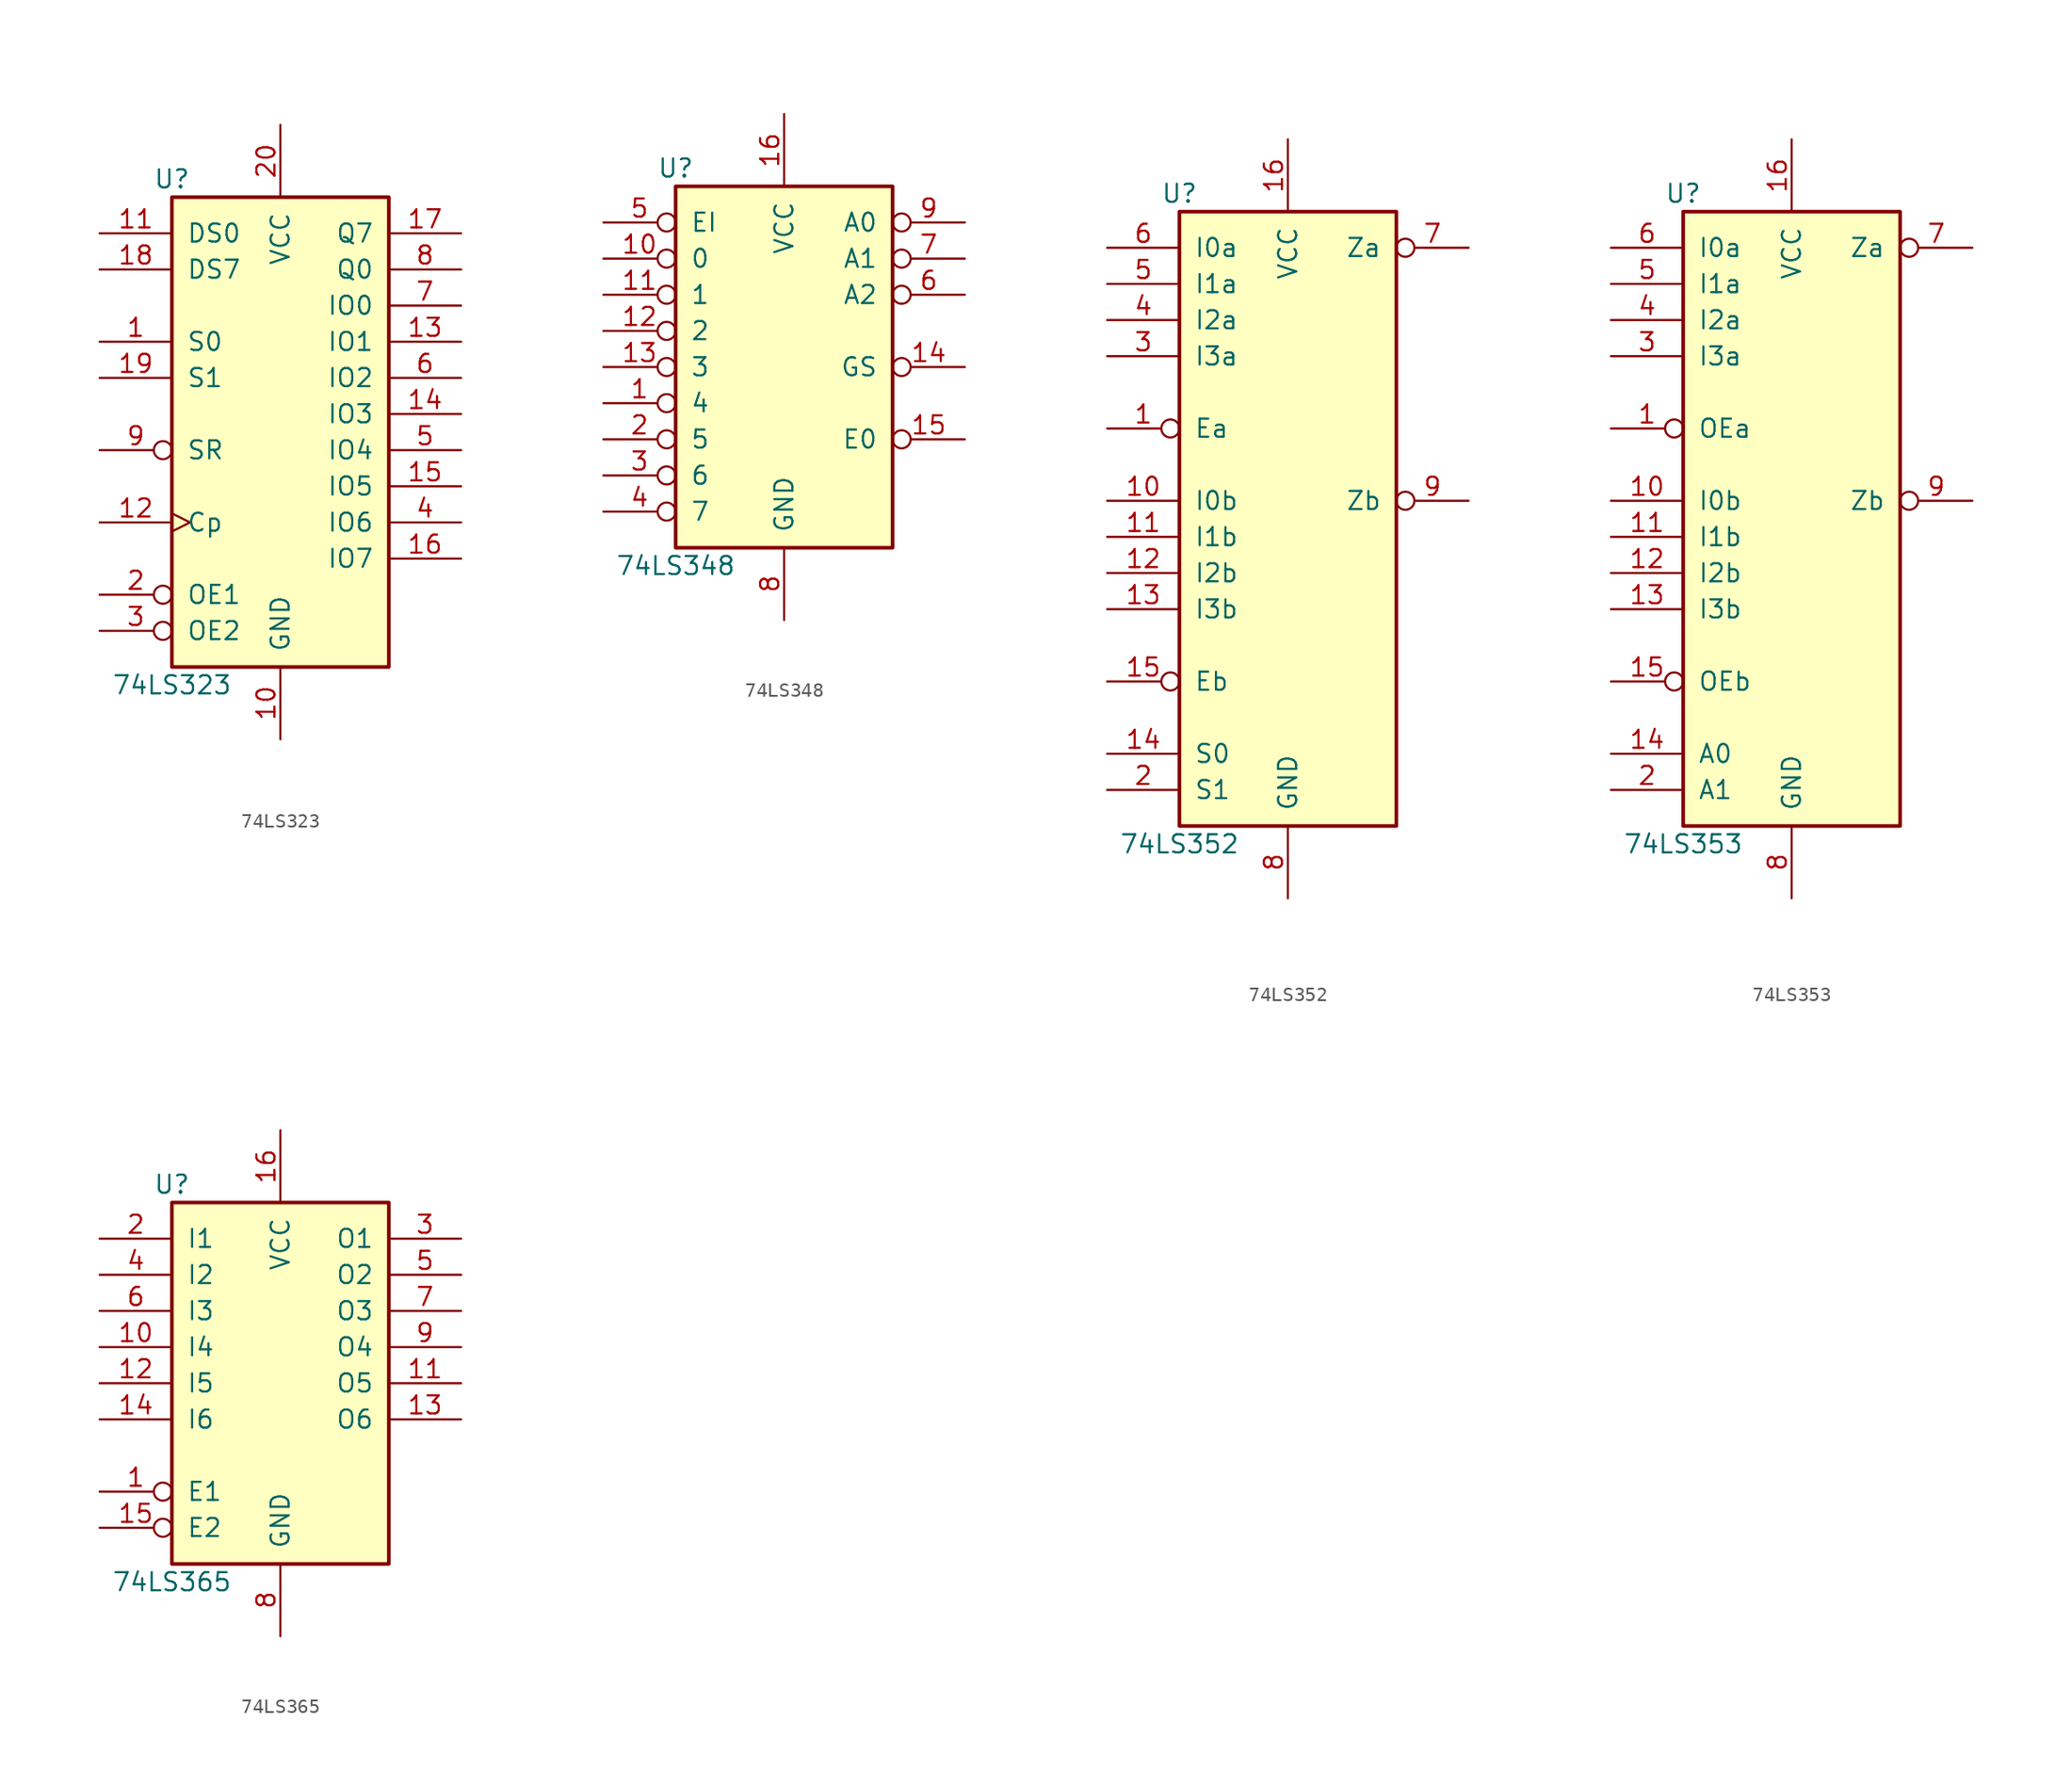
<source format=kicad_sym>
(kicad_symbol_lib
  (version 20201005)
  (generator kicad_symbol_editor)
  (symbol "74LS323"
    (pin_names
      (offset 1.016))
    (property "Reference" "U"
      (at -7.62 16.51 0)
      (effects (font (size 1.27 1.27))))
    (property "Value" "74LS323"
      (at -7.62 -19.05 0)
      (effects (font (size 1.27 1.27))))
    (property "ki_locked" ""
      (at 0 0 0)
      (effects (font (size 1.27 1.27))))
    (symbol "74LS323_1_0"
      (pin input line (at -12.7 5.08 0) (length 5.08) (name "S0" (effects (font (size 1.27 1.27)))) (number "1" (effects (font (size 1.27 1.27)))))
      (pin power_in line (at 0 -22.86 90) (length 5.08) (name "GND" (effects (font (size 1.27 1.27)))) (number "10" (effects (font (size 1.27 1.27)))))
      (pin input line (at -12.7 12.7 0) (length 5.08) (name "DS0" (effects (font (size 1.27 1.27)))) (number "11" (effects (font (size 1.27 1.27)))))
      (pin input clock (at -12.7 -7.62 0) (length 5.08) (name "Cp" (effects (font (size 1.27 1.27)))) (number "12" (effects (font (size 1.27 1.27)))))
      (pin tri_state line (at 12.7 5.08 180) (length 5.08) (name "IO1" (effects (font (size 1.27 1.27)))) (number "13" (effects (font (size 1.27 1.27)))))
      (pin tri_state line (at 12.7 0 180) (length 5.08) (name "IO3" (effects (font (size 1.27 1.27)))) (number "14" (effects (font (size 1.27 1.27)))))
      (pin tri_state line (at 12.7 -5.08 180) (length 5.08) (name "IO5" (effects (font (size 1.27 1.27)))) (number "15" (effects (font (size 1.27 1.27)))))
      (pin tri_state line (at 12.7 -10.16 180) (length 5.08) (name "IO7" (effects (font (size 1.27 1.27)))) (number "16" (effects (font (size 1.27 1.27)))))
      (pin output line (at 12.7 12.7 180) (length 5.08) (name "Q7" (effects (font (size 1.27 1.27)))) (number "17" (effects (font (size 1.27 1.27)))))
      (pin input line (at -12.7 10.16 0) (length 5.08) (name "DS7" (effects (font (size 1.27 1.27)))) (number "18" (effects (font (size 1.27 1.27)))))
      (pin input line (at -12.7 2.54 0) (length 5.08) (name "S1" (effects (font (size 1.27 1.27)))) (number "19" (effects (font (size 1.27 1.27)))))
      (pin input inverted (at -12.7 -12.7 0) (length 5.08) (name "OE1" (effects (font (size 1.27 1.27)))) (number "2" (effects (font (size 1.27 1.27)))))
      (pin power_in line (at 0 20.32 270) (length 5.08) (name "VCC" (effects (font (size 1.27 1.27)))) (number "20" (effects (font (size 1.27 1.27)))))
      (pin input inverted (at -12.7 -15.24 0) (length 5.08) (name "OE2" (effects (font (size 1.27 1.27)))) (number "3" (effects (font (size 1.27 1.27)))))
      (pin tri_state line (at 12.7 -7.62 180) (length 5.08) (name "IO6" (effects (font (size 1.27 1.27)))) (number "4" (effects (font (size 1.27 1.27)))))
      (pin tri_state line (at 12.7 -2.54 180) (length 5.08) (name "IO4" (effects (font (size 1.27 1.27)))) (number "5" (effects (font (size 1.27 1.27)))))
      (pin tri_state line (at 12.7 2.54 180) (length 5.08) (name "IO2" (effects (font (size 1.27 1.27)))) (number "6" (effects (font (size 1.27 1.27)))))
      (pin tri_state line (at 12.7 7.62 180) (length 5.08) (name "IO0" (effects (font (size 1.27 1.27)))) (number "7" (effects (font (size 1.27 1.27)))))
      (pin output line (at 12.7 10.16 180) (length 5.08) (name "Q0" (effects (font (size 1.27 1.27)))) (number "8" (effects (font (size 1.27 1.27)))))
      (pin input inverted (at -12.7 -2.54 0) (length 5.08) (name "SR" (effects (font (size 1.27 1.27)))) (number "9" (effects (font (size 1.27 1.27))))))
    (symbol "74LS323_1_1"
      (rectangle (start -7.62 15.24) (end 7.62 -17.78) (stroke (width 0.254)) (fill (type background)))))
  (symbol "74LS348"
    (pin_names
      (offset 1.016))
    (property "Reference" "U"
      (at -7.62 13.97 0)
      (effects (font (size 1.27 1.27))))
    (property "Value" "74LS348"
      (at -7.62 -13.97 0)
      (effects (font (size 1.27 1.27))))
    (property "ki_locked" ""
      (at 0 0 0)
      (effects (font (size 1.27 1.27))))
    (symbol "74LS348_1_0"
      (pin input inverted (at -12.7 -2.54 0) (length 5.08) (name "4" (effects (font (size 1.27 1.27)))) (number "1" (effects (font (size 1.27 1.27)))))
      (pin input inverted (at -12.7 7.62 0) (length 5.08) (name "0" (effects (font (size 1.27 1.27)))) (number "10" (effects (font (size 1.27 1.27)))))
      (pin input inverted (at -12.7 5.08 0) (length 5.08) (name "1" (effects (font (size 1.27 1.27)))) (number "11" (effects (font (size 1.27 1.27)))))
      (pin input inverted (at -12.7 2.54 0) (length 5.08) (name "2" (effects (font (size 1.27 1.27)))) (number "12" (effects (font (size 1.27 1.27)))))
      (pin input inverted (at -12.7 0 0) (length 5.08) (name "3" (effects (font (size 1.27 1.27)))) (number "13" (effects (font (size 1.27 1.27)))))
      (pin output inverted (at 12.7 0 180) (length 5.08) (name "GS" (effects (font (size 1.27 1.27)))) (number "14" (effects (font (size 1.27 1.27)))))
      (pin output inverted (at 12.7 -5.08 180) (length 5.08) (name "E0" (effects (font (size 1.27 1.27)))) (number "15" (effects (font (size 1.27 1.27)))))
      (pin power_in line (at 0 17.78 270) (length 5.08) (name "VCC" (effects (font (size 1.27 1.27)))) (number "16" (effects (font (size 1.27 1.27)))))
      (pin input inverted (at -12.7 -5.08 0) (length 5.08) (name "5" (effects (font (size 1.27 1.27)))) (number "2" (effects (font (size 1.27 1.27)))))
      (pin input inverted (at -12.7 -7.62 0) (length 5.08) (name "6" (effects (font (size 1.27 1.27)))) (number "3" (effects (font (size 1.27 1.27)))))
      (pin input inverted (at -12.7 -10.16 0) (length 5.08) (name "7" (effects (font (size 1.27 1.27)))) (number "4" (effects (font (size 1.27 1.27)))))
      (pin input inverted (at -12.7 10.16 0) (length 5.08) (name "EI" (effects (font (size 1.27 1.27)))) (number "5" (effects (font (size 1.27 1.27)))))
      (pin tri_state inverted (at 12.7 5.08 180) (length 5.08) (name "A2" (effects (font (size 1.27 1.27)))) (number "6" (effects (font (size 1.27 1.27)))))
      (pin tri_state inverted (at 12.7 7.62 180) (length 5.08) (name "A1" (effects (font (size 1.27 1.27)))) (number "7" (effects (font (size 1.27 1.27)))))
      (pin power_in line (at 0 -17.78 90) (length 5.08) (name "GND" (effects (font (size 1.27 1.27)))) (number "8" (effects (font (size 1.27 1.27)))))
      (pin tri_state inverted (at 12.7 10.16 180) (length 5.08) (name "A0" (effects (font (size 1.27 1.27)))) (number "9" (effects (font (size 1.27 1.27))))))
    (symbol "74LS348_1_1"
      (rectangle (start -7.62 12.7) (end 7.62 -12.7) (stroke (width 0.254)) (fill (type background)))))
  (symbol "74LS352"
    (pin_names
      (offset 1.016))
    (property "Reference" "U"
      (at -7.62 21.59 0)
      (effects (font (size 1.27 1.27))))
    (property "Value" "74LS352"
      (at -7.62 -24.13 0)
      (effects (font (size 1.27 1.27))))
    (property "ki_locked" ""
      (at 0 0 0)
      (effects (font (size 1.27 1.27))))
    (symbol "74LS352_1_0"
      (pin input inverted (at -12.7 5.08 0) (length 5.08) (name "Ea" (effects (font (size 1.27 1.27)))) (number "1" (effects (font (size 1.27 1.27)))))
      (pin input line (at -12.7 0 0) (length 5.08) (name "I0b" (effects (font (size 1.27 1.27)))) (number "10" (effects (font (size 1.27 1.27)))))
      (pin input line (at -12.7 -2.54 0) (length 5.08) (name "I1b" (effects (font (size 1.27 1.27)))) (number "11" (effects (font (size 1.27 1.27)))))
      (pin input line (at -12.7 -5.08 0) (length 5.08) (name "I2b" (effects (font (size 1.27 1.27)))) (number "12" (effects (font (size 1.27 1.27)))))
      (pin input line (at -12.7 -7.62 0) (length 5.08) (name "I3b" (effects (font (size 1.27 1.27)))) (number "13" (effects (font (size 1.27 1.27)))))
      (pin input line (at -12.7 -17.78 0) (length 5.08) (name "S0" (effects (font (size 1.27 1.27)))) (number "14" (effects (font (size 1.27 1.27)))))
      (pin input inverted (at -12.7 -12.7 0) (length 5.08) (name "Eb" (effects (font (size 1.27 1.27)))) (number "15" (effects (font (size 1.27 1.27)))))
      (pin power_in line (at 0 25.4 270) (length 5.08) (name "VCC" (effects (font (size 1.27 1.27)))) (number "16" (effects (font (size 1.27 1.27)))))
      (pin input line (at -12.7 -20.32 0) (length 5.08) (name "S1" (effects (font (size 1.27 1.27)))) (number "2" (effects (font (size 1.27 1.27)))))
      (pin input line (at -12.7 10.16 0) (length 5.08) (name "I3a" (effects (font (size 1.27 1.27)))) (number "3" (effects (font (size 1.27 1.27)))))
      (pin input line (at -12.7 12.7 0) (length 5.08) (name "I2a" (effects (font (size 1.27 1.27)))) (number "4" (effects (font (size 1.27 1.27)))))
      (pin input line (at -12.7 15.24 0) (length 5.08) (name "I1a" (effects (font (size 1.27 1.27)))) (number "5" (effects (font (size 1.27 1.27)))))
      (pin input line (at -12.7 17.78 0) (length 5.08) (name "I0a" (effects (font (size 1.27 1.27)))) (number "6" (effects (font (size 1.27 1.27)))))
      (pin output inverted (at 12.7 17.78 180) (length 5.08) (name "Za" (effects (font (size 1.27 1.27)))) (number "7" (effects (font (size 1.27 1.27)))))
      (pin power_in line (at 0 -27.94 90) (length 5.08) (name "GND" (effects (font (size 1.27 1.27)))) (number "8" (effects (font (size 1.27 1.27)))))
      (pin output inverted (at 12.7 0 180) (length 5.08) (name "Zb" (effects (font (size 1.27 1.27)))) (number "9" (effects (font (size 1.27 1.27))))))
    (symbol "74LS352_1_1"
      (rectangle (start -7.62 20.32) (end 7.62 -22.86) (stroke (width 0.254)) (fill (type background)))))
  (symbol "74LS353"
    (pin_names
      (offset 1.016))
    (property "Reference" "U"
      (at -7.62 21.59 0)
      (effects (font (size 1.27 1.27))))
    (property "Value" "74LS353"
      (at -7.62 -24.13 0)
      (effects (font (size 1.27 1.27))))
    (property "ki_locked" ""
      (at 0 0 0)
      (effects (font (size 1.27 1.27))))
    (symbol "74LS353_1_0"
      (pin input inverted (at -12.7 5.08 0) (length 5.08) (name "OEa" (effects (font (size 1.27 1.27)))) (number "1" (effects (font (size 1.27 1.27)))))
      (pin input line (at -12.7 0 0) (length 5.08) (name "I0b" (effects (font (size 1.27 1.27)))) (number "10" (effects (font (size 1.27 1.27)))))
      (pin input line (at -12.7 -2.54 0) (length 5.08) (name "I1b" (effects (font (size 1.27 1.27)))) (number "11" (effects (font (size 1.27 1.27)))))
      (pin input line (at -12.7 -5.08 0) (length 5.08) (name "I2b" (effects (font (size 1.27 1.27)))) (number "12" (effects (font (size 1.27 1.27)))))
      (pin input line (at -12.7 -7.62 0) (length 5.08) (name "I3b" (effects (font (size 1.27 1.27)))) (number "13" (effects (font (size 1.27 1.27)))))
      (pin input line (at -12.7 -17.78 0) (length 5.08) (name "A0" (effects (font (size 1.27 1.27)))) (number "14" (effects (font (size 1.27 1.27)))))
      (pin input inverted (at -12.7 -12.7 0) (length 5.08) (name "OEb" (effects (font (size 1.27 1.27)))) (number "15" (effects (font (size 1.27 1.27)))))
      (pin power_in line (at 0 25.4 270) (length 5.08) (name "VCC" (effects (font (size 1.27 1.27)))) (number "16" (effects (font (size 1.27 1.27)))))
      (pin input line (at -12.7 -20.32 0) (length 5.08) (name "A1" (effects (font (size 1.27 1.27)))) (number "2" (effects (font (size 1.27 1.27)))))
      (pin input line (at -12.7 10.16 0) (length 5.08) (name "I3a" (effects (font (size 1.27 1.27)))) (number "3" (effects (font (size 1.27 1.27)))))
      (pin input line (at -12.7 12.7 0) (length 5.08) (name "I2a" (effects (font (size 1.27 1.27)))) (number "4" (effects (font (size 1.27 1.27)))))
      (pin input line (at -12.7 15.24 0) (length 5.08) (name "I1a" (effects (font (size 1.27 1.27)))) (number "5" (effects (font (size 1.27 1.27)))))
      (pin input line (at -12.7 17.78 0) (length 5.08) (name "I0a" (effects (font (size 1.27 1.27)))) (number "6" (effects (font (size 1.27 1.27)))))
      (pin tri_state inverted (at 12.7 17.78 180) (length 5.08) (name "Za" (effects (font (size 1.27 1.27)))) (number "7" (effects (font (size 1.27 1.27)))))
      (pin power_in line (at 0 -27.94 90) (length 5.08) (name "GND" (effects (font (size 1.27 1.27)))) (number "8" (effects (font (size 1.27 1.27)))))
      (pin tri_state inverted (at 12.7 0 180) (length 5.08) (name "Zb" (effects (font (size 1.27 1.27)))) (number "9" (effects (font (size 1.27 1.27))))))
    (symbol "74LS353_1_1"
      (rectangle (start -7.62 20.32) (end 7.62 -22.86) (stroke (width 0.254)) (fill (type background)))))
  (symbol "74LS365"
    (pin_names
      (offset 1.016))
    (property "Reference" "U"
      (at -7.62 13.97 0)
      (effects (font (size 1.27 1.27))))
    (property "Value" "74LS365"
      (at -7.62 -13.97 0)
      (effects (font (size 1.27 1.27))))
    (property "ki_locked" ""
      (at 0 0 0)
      (effects (font (size 1.27 1.27))))
    (symbol "74LS365_1_0"
      (pin input inverted (at -12.7 -7.62 0) (length 5.08) (name "E1" (effects (font (size 1.27 1.27)))) (number "1" (effects (font (size 1.27 1.27)))))
      (pin input line (at -12.7 2.54 0) (length 5.08) (name "I4" (effects (font (size 1.27 1.27)))) (number "10" (effects (font (size 1.27 1.27)))))
      (pin tri_state line (at 12.7 0 180) (length 5.08) (name "O5" (effects (font (size 1.27 1.27)))) (number "11" (effects (font (size 1.27 1.27)))))
      (pin input line (at -12.7 0 0) (length 5.08) (name "I5" (effects (font (size 1.27 1.27)))) (number "12" (effects (font (size 1.27 1.27)))))
      (pin tri_state line (at 12.7 -2.54 180) (length 5.08) (name "O6" (effects (font (size 1.27 1.27)))) (number "13" (effects (font (size 1.27 1.27)))))
      (pin input line (at -12.7 -2.54 0) (length 5.08) (name "I6" (effects (font (size 1.27 1.27)))) (number "14" (effects (font (size 1.27 1.27)))))
      (pin input inverted (at -12.7 -10.16 0) (length 5.08) (name "E2" (effects (font (size 1.27 1.27)))) (number "15" (effects (font (size 1.27 1.27)))))
      (pin power_in line (at 0 17.78 270) (length 5.08) (name "VCC" (effects (font (size 1.27 1.27)))) (number "16" (effects (font (size 1.27 1.27)))))
      (pin input line (at -12.7 10.16 0) (length 5.08) (name "I1" (effects (font (size 1.27 1.27)))) (number "2" (effects (font (size 1.27 1.27)))))
      (pin tri_state line (at 12.7 10.16 180) (length 5.08) (name "O1" (effects (font (size 1.27 1.27)))) (number "3" (effects (font (size 1.27 1.27)))))
      (pin input line (at -12.7 7.62 0) (length 5.08) (name "I2" (effects (font (size 1.27 1.27)))) (number "4" (effects (font (size 1.27 1.27)))))
      (pin tri_state line (at 12.7 7.62 180) (length 5.08) (name "O2" (effects (font (size 1.27 1.27)))) (number "5" (effects (font (size 1.27 1.27)))))
      (pin input line (at -12.7 5.08 0) (length 5.08) (name "I3" (effects (font (size 1.27 1.27)))) (number "6" (effects (font (size 1.27 1.27)))))
      (pin tri_state line (at 12.7 5.08 180) (length 5.08) (name "O3" (effects (font (size 1.27 1.27)))) (number "7" (effects (font (size 1.27 1.27)))))
      (pin power_in line (at 0 -17.78 90) (length 5.08) (name "GND" (effects (font (size 1.27 1.27)))) (number "8" (effects (font (size 1.27 1.27)))))
      (pin tri_state line (at 12.7 2.54 180) (length 5.08) (name "O4" (effects (font (size 1.27 1.27)))) (number "9" (effects (font (size 1.27 1.27))))))
    (symbol "74LS365_1_1"
      (rectangle (start -7.62 12.7) (end 7.62 -12.7) (stroke (width 0.254)) (fill (type background))))))
</source>
